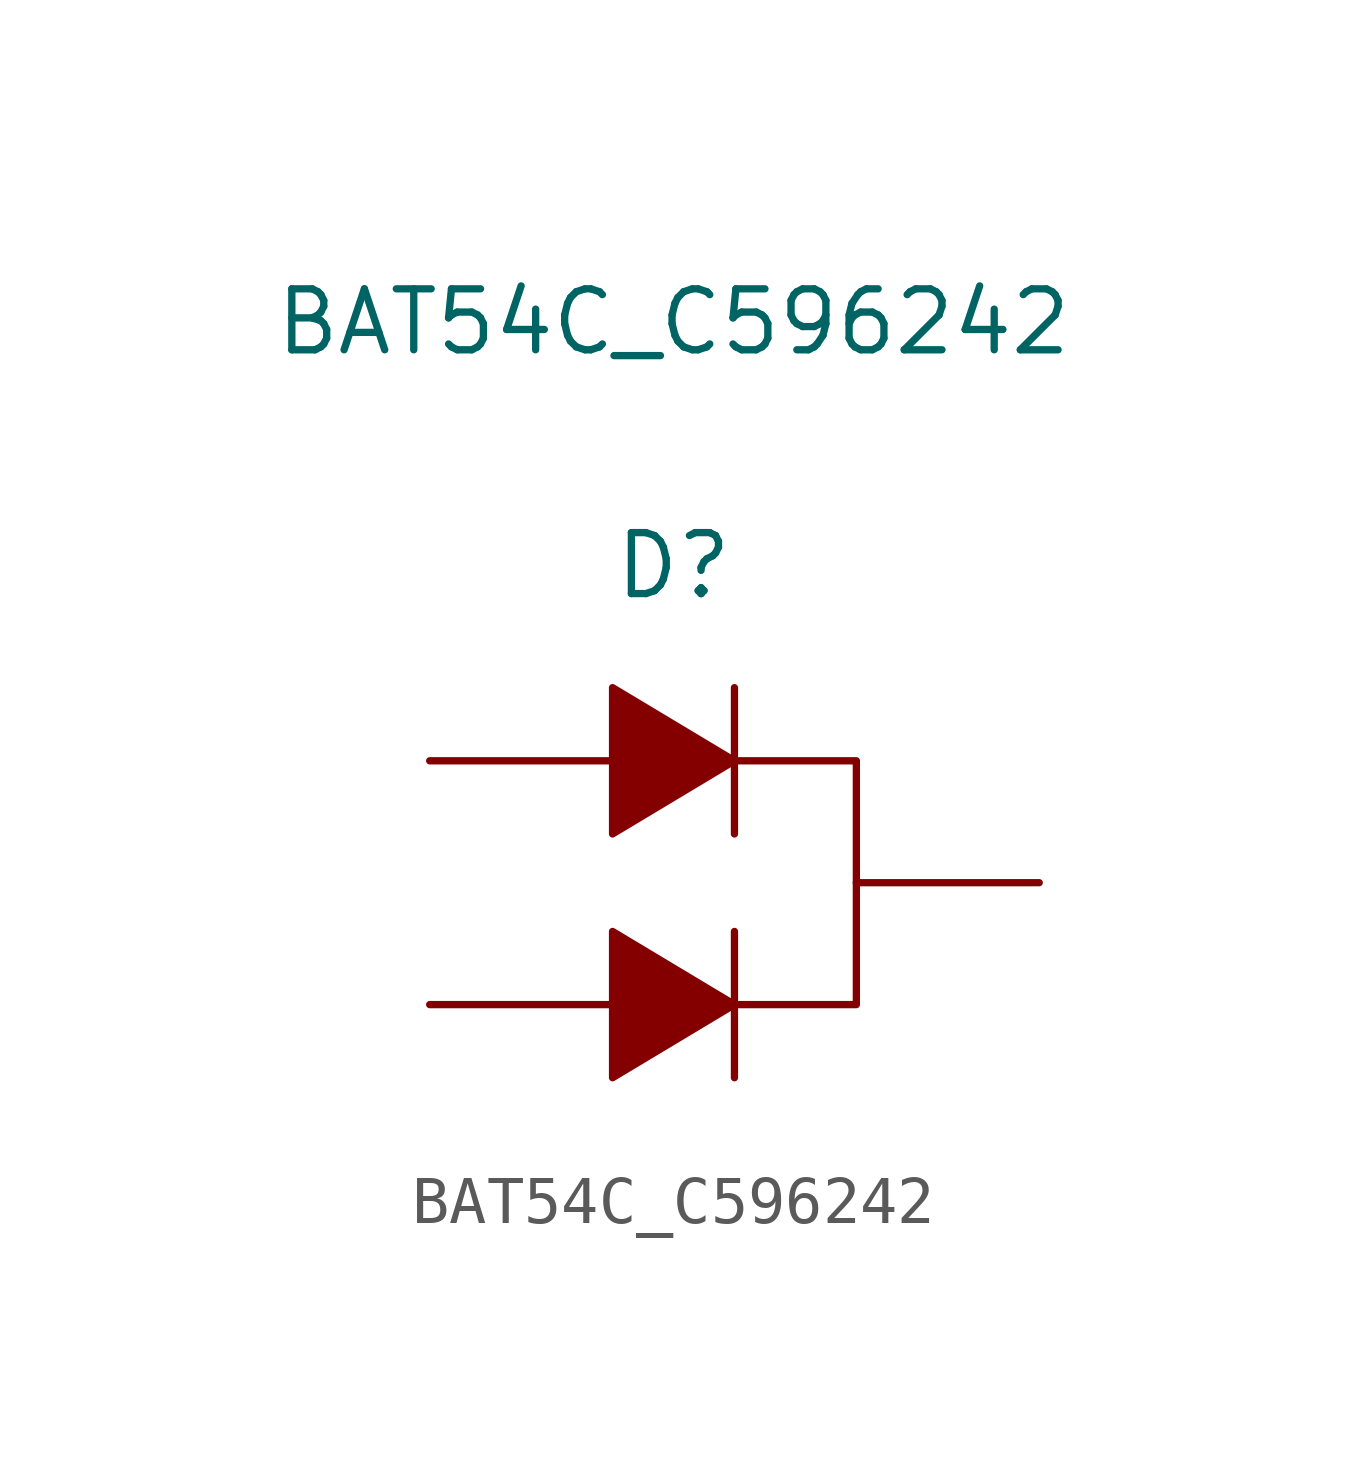
<source format=kicad_sym>
(kicad_symbol_lib
  (version 20231120)
  (generator "kicad_symbol_editor")
  (generator_version "8.0")
  (symbol "BAT54C_C596242"
    (pin_numbers hide)
    (pin_names
      (offset 1.016) hide)
    (property "Reference" "D"
      (at 0 6.604 0)
      (effects (font (size 1.27 1.27))))
    (property "Value" "BAT54C_C596242"
      (at 0 11.684 0)
      (effects (font (size 1.27 1.27))))
    (symbol "BAT54C_C596242_1_1"
      (polyline (pts (xy 1.27 -1.016) (xy 1.27 -4.064)) (stroke (width 0.152) (type default)) (fill (type none)))
      (polyline (pts (xy 1.27 4.064) (xy 1.27 1.016)) (stroke (width 0.152) (type default)) (fill (type none)))
      (polyline (pts (xy -1.27 -4.064) (xy 1.27 -2.54) (xy -1.27 -1.016) (xy -1.27 -4.064)) (stroke (width 0.152) (type default)) (fill (type outline)))
      (polyline (pts (xy -1.27 1.016) (xy 1.27 2.54) (xy -1.27 4.064) (xy -1.27 1.016)) (stroke (width 0.152) (type default)) (fill (type outline)))
      (polyline (pts (xy 1.27 2.54) (xy 3.81 2.54) (xy 3.81 -2.54) (xy 1.27 -2.54)) (stroke (width 0.152) (type default)) (fill (type none)))
      (pin input line (at -5.08 2.54 0) (length 3.81) (name "A" (effects (font (size 1.27 1.27)))) (number "1" (effects (font (size 1.27 1.27)))))
      (pin input line (at -5.08 -2.54 0) (length 3.81) (name "A" (effects (font (size 1.27 1.27)))) (number "2" (effects (font (size 1.27 1.27)))))
      (pin input line (at 7.62 0 180) (length 3.81) (name "K" (effects (font (size 1.27 1.27)))) (number "3" (effects (font (size 1.27 1.27))))))))
</source>
